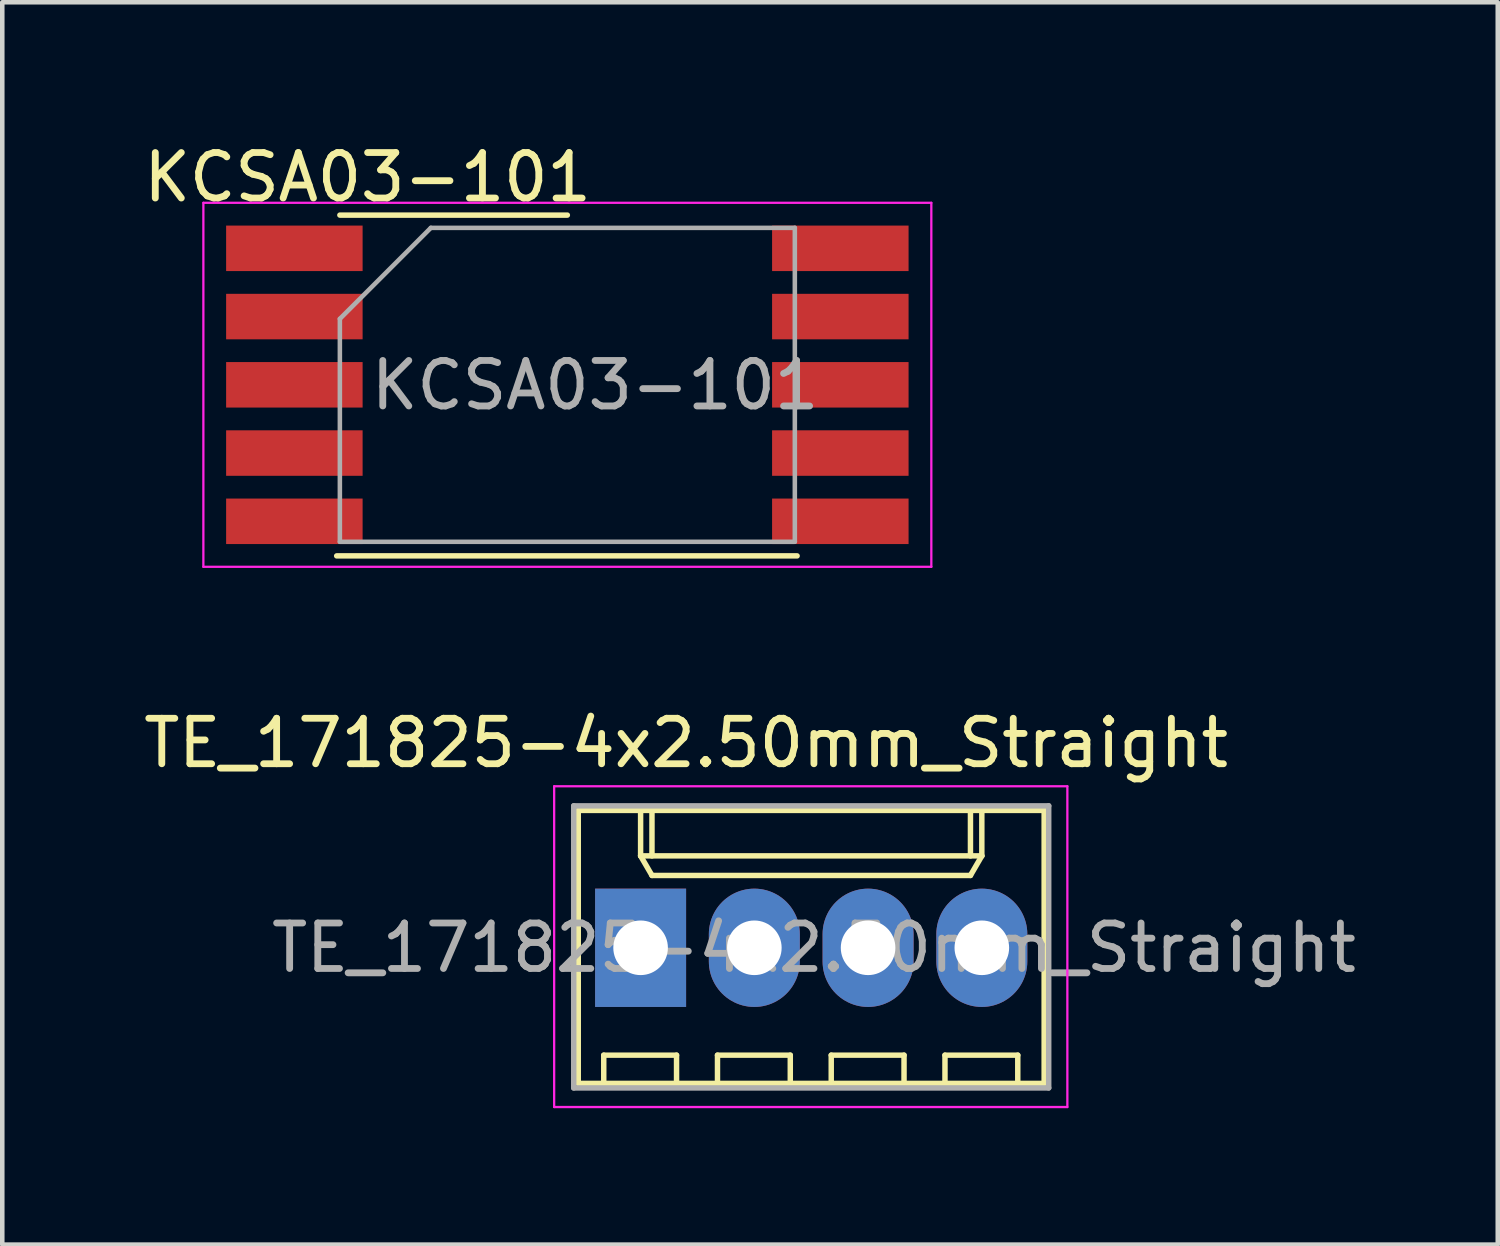
<source format=kicad_pcb>
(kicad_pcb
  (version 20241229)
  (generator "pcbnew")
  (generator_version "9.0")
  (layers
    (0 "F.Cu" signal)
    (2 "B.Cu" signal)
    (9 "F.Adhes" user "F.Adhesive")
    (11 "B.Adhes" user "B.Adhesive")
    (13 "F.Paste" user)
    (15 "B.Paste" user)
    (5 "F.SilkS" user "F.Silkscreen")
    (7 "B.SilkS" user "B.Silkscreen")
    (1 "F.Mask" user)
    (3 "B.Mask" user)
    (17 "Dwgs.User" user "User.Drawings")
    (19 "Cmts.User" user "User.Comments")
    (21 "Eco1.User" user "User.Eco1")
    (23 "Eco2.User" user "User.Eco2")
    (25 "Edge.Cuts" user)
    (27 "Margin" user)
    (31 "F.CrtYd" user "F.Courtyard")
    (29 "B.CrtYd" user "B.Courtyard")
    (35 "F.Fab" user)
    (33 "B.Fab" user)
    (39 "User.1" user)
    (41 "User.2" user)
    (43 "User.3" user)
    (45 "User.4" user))
  (footprint "TE_171825-4x2.50mm_Straight"
    (layer "F.Cu")
    (at 11.03 17.782)
    (property "Reference" "TE_171825-4x2.50mm_Straight" (at 1 -4.5 0) (layer "F.SilkS") (effects (font (size 1 1) (thickness 0.15))))
    (attr through_hole)
    (fp_line (start -1.37 -3.02) (end -1.37 2.98) (stroke (width 0.12) (type solid)) (layer "F.SilkS"))
    (fp_line (start -1.37 2.98) (end 8.87 2.98) (stroke (width 0.12) (type solid)) (layer "F.SilkS"))
    (fp_line (start -0.81 2.36) (end -0.81 2.98) (stroke (width 0.12) (type solid)) (layer "F.SilkS"))
    (fp_line (start 0 -2.02) (end 0 -3.02) (stroke (width 0.12) (type solid)) (layer "F.SilkS"))
    (fp_line (start 0.25 -3.02) (end 0.25 -2.02) (stroke (width 0.12) (type solid)) (layer "F.SilkS"))
    (fp_line (start 0.25 -1.59) (end 0 -2.02) (stroke (width 0.12) (type solid)) (layer "F.SilkS"))
    (fp_line (start 0.79 2.36) (end -0.81 2.36) (stroke (width 0.12) (type solid)) (layer "F.SilkS"))
    (fp_line (start 0.79 2.98) (end 0.79 2.36) (stroke (width 0.12) (type solid)) (layer "F.SilkS"))
    (fp_line (start 1.69 2.36) (end 1.69 2.98) (stroke (width 0.12) (type solid)) (layer "F.SilkS"))
    (fp_line (start 3.29 2.36) (end 1.69 2.36) (stroke (width 0.12) (type solid)) (layer "F.SilkS"))
    (fp_line (start 3.29 2.98) (end 3.29 2.36) (stroke (width 0.12) (type solid)) (layer "F.SilkS"))
    (fp_line (start 4.19 2.36) (end 4.19 2.98) (stroke (width 0.12) (type solid)) (layer "F.SilkS"))
    (fp_line (start 5.79 2.36) (end 4.19 2.36) (stroke (width 0.12) (type solid)) (layer "F.SilkS"))
    (fp_line (start 5.79 2.98) (end 5.79 2.36) (stroke (width 0.12) (type solid)) (layer "F.SilkS"))
    (fp_line (start 6.69 2.36) (end 6.69 2.98) (stroke (width 0.12) (type solid)) (layer "F.SilkS"))
    (fp_line (start 7.25 -3.02) (end 7.25 -2.02) (stroke (width 0.12) (type solid)) (layer "F.SilkS"))
    (fp_line (start 7.25 -1.59) (end 0.25 -1.59) (stroke (width 0.12) (type solid)) (layer "F.SilkS"))
    (fp_line (start 7.5 -3.02) (end 7.5 -2.02) (stroke (width 0.12) (type solid)) (layer "F.SilkS"))
    (fp_line (start 7.5 -2.02) (end 0 -2.02) (stroke (width 0.12) (type solid)) (layer "F.SilkS"))
    (fp_line (start 7.5 -2.02) (end 7.25 -1.59) (stroke (width 0.12) (type solid)) (layer "F.SilkS"))
    (fp_line (start 8.29 2.36) (end 6.69 2.36) (stroke (width 0.12) (type solid)) (layer "F.SilkS"))
    (fp_line (start 8.29 2.98) (end 8.29 2.36) (stroke (width 0.12) (type solid)) (layer "F.SilkS"))
    (fp_line (start 8.87 -3.02) (end -1.37 -3.02) (stroke (width 0.12) (type solid)) (layer "F.SilkS"))
    (fp_line (start 8.87 2.98) (end 8.87 -3.02) (stroke (width 0.12) (type solid)) (layer "F.SilkS"))
    (fp_line (start -1.9 -3.55) (end 9.38 -3.55) (stroke (width 0.05) (type solid)) (layer "F.CrtYd"))
    (fp_line (start -1.9 3.5) (end -1.9 -3.55) (stroke (width 0.05) (type solid)) (layer "F.CrtYd"))
    (fp_line (start 9.38 -3.55) (end 9.38 3.5) (stroke (width 0.05) (type solid)) (layer "F.CrtYd"))
    (fp_line (start 9.38 3.5) (end -1.9 3.5) (stroke (width 0.05) (type solid)) (layer "F.CrtYd"))
    (fp_line (start -1.47 -3.12) (end -1.47 3.08) (stroke (width 0.12) (type solid)) (layer "F.Fab"))
    (fp_line (start -1.47 3.08) (end 8.97 3.08) (stroke (width 0.12) (type solid)) (layer "F.Fab"))
    (fp_line (start 8.97 -3.12) (end -1.47 -3.12) (stroke (width 0.12) (type solid)) (layer "F.Fab"))
    (fp_line (start 8.97 3.08) (end 8.97 -3.12) (stroke (width 0.12) (type solid)) (layer "F.Fab"))
    (fp_text user "${REFERENCE}" (at 3.81 0 0) (layer "F.Fab") (effects (font (size 1 1) (thickness 0.15))))
    (pad "1" thru_hole rect (at 0 0) (size 2 2.6) (drill 1.2) (layers "*.Cu" "*.Mask"))
    (pad "2" thru_hole oval (at 2.5 0) (size 2 2.6) (drill 1.2) (layers "*.Cu" "*.Mask"))
    (pad "3" thru_hole oval (at 5 0) (size 2 2.6) (drill 1.2) (layers "*.Cu" "*.Mask"))
    (pad "4" thru_hole oval (at 7.5 0) (size 2 2.6) (drill 1.2) (layers "*.Cu" "*.Mask")))
  (footprint "KCSA03-101"
    (layer "F.Cu")
    (at 9.42 5.408)
    (property "Reference" "KCSA03-101" (at -4.39 -4.56 0) (layer "F.SilkS") (effects (font (size 1 1) (thickness 0.15))))
    (attr smd)
    (fp_line (start -5 -3.73) (end 0 -3.73) (stroke (width 0.12) (type solid)) (layer "F.SilkS"))
    (fp_line (start 5.05 3.76) (end -5.07 3.76) (stroke (width 0.12) (type solid)) (layer "F.SilkS"))
    (fp_line (start -8 -4) (end -8 4) (stroke (width 0.05) (type solid)) (layer "F.CrtYd"))
    (fp_line (start -8 -4) (end 8 -4) (stroke (width 0.05) (type solid)) (layer "F.CrtYd"))
    (fp_line (start 8 -4) (end 8 4) (stroke (width 0.05) (type solid)) (layer "F.CrtYd"))
    (fp_line (start 8 4) (end -8 4) (stroke (width 0.05) (type solid)) (layer "F.CrtYd"))
    (fp_line (start -5 -1.45) (end -3 -3.45) (stroke (width 0.1) (type solid)) (layer "F.Fab"))
    (fp_line (start -5 3.45) (end -5 -1.45) (stroke (width 0.1) (type solid)) (layer "F.Fab"))
    (fp_line (start -3 -3.45) (end 5 -3.45) (stroke (width 0.1) (type solid)) (layer "F.Fab"))
    (fp_line (start 5 -3.45) (end 5 3.45) (stroke (width 0.1) (type solid)) (layer "F.Fab"))
    (fp_line (start 5 3.45) (end -5 3.45) (stroke (width 0.1) (type solid)) (layer "F.Fab"))
    (fp_text user "${REFERENCE}" (at 0.61 0.01 0) (layer "F.Fab") (effects (font (size 1 1) (thickness 0.15))))
    (pad "1" smd rect (at -6 -3) (size 3 1) (layers "F.Cu" "F.Mask" "F.Paste"))
    (pad "2" smd rect (at -6 -1.5) (size 3 1) (layers "F.Cu" "F.Mask" "F.Paste"))
    (pad "3" smd rect (at -6 0) (size 3 1) (layers "F.Cu" "F.Mask" "F.Paste"))
    (pad "4" smd rect (at -6 1.5) (size 3 1) (layers "F.Cu" "F.Mask" "F.Paste"))
    (pad "5" smd rect (at -6 3) (size 3 1) (layers "F.Cu" "F.Mask" "F.Paste"))
    (pad "6" smd rect (at 6 3) (size 3 1) (layers "F.Cu" "F.Mask" "F.Paste"))
    (pad "7" smd rect (at 6 1.5) (size 3 1) (layers "F.Cu" "F.Mask" "F.Paste"))
    (pad "8" smd rect (at 6 0) (size 3 1) (layers "F.Cu" "F.Mask" "F.Paste"))
    (pad "9" smd rect (at 6 -1.5) (size 3 1) (layers "F.Cu" "F.Mask" "F.Paste"))
    (pad "10" smd rect (at 6 -3) (size 3 1) (layers "F.Cu" "F.Mask" "F.Paste")))
  (gr_rect
    (start -3 -3)
    (end 29.87 24.306)
    (stroke (width 0.1) (type default))
    (fill no)
    (layer "Edge.Cuts")))
</source>
